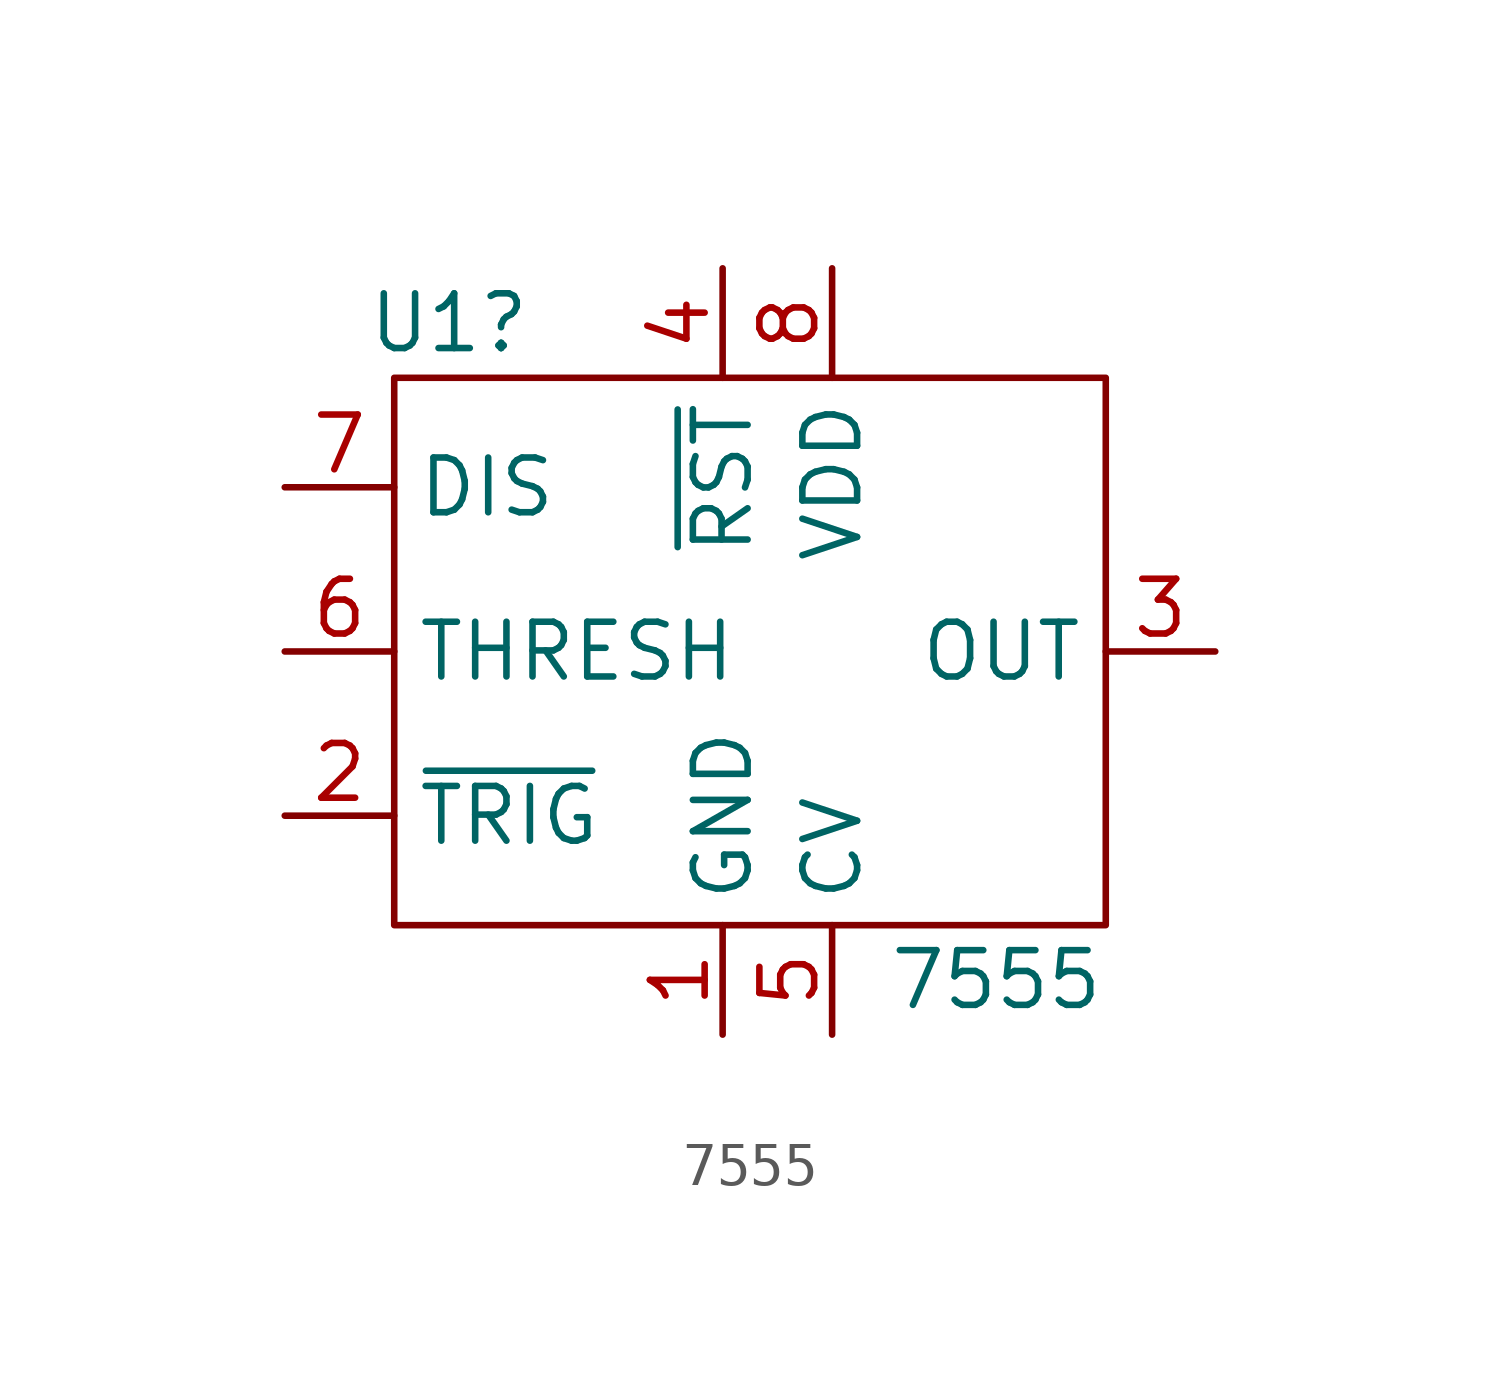
<source format=kicad_sym>
(kicad_symbol_lib
  (version 20211014)
  (generator kicad_symbol_editor)
  (symbol "7555"
    (property "Reference" "U1"
      (at -6.35 5.08 0)
      (effects (font (size 1.27 1.27))))
    (property "Value" "7555"
      (at 6.35 -10.16 0)
      (effects (font (size 1.27 1.27))))
    (symbol "7555_0_1"
      (rectangle (start -7.62 3.81) (end 8.89 -8.89) (stroke (width 0) (type default) (color 0 0 0 0)) (fill (type none))))
    (symbol "7555_1_1"
      (pin input line (at 0 -11.43 90) (length 2.54) (name "GND" (effects (font (size 1.27 1.27)))) (number "1" (effects (font (size 1.27 1.27)))))
      (pin input line (at -10.16 -6.35 0) (length 2.54) (name "~{TRIG}" (effects (font (size 1.27 1.27)))) (number "2" (effects (font (size 1.27 1.27)))))
      (pin output line (at 11.43 -2.54 180) (length 2.54) (name "OUT" (effects (font (size 1.27 1.27)))) (number "3" (effects (font (size 1.27 1.27)))))
      (pin input line (at 0 6.35 270) (length 2.54) (name "~{RST}" (effects (font (size 1.27 1.27)))) (number "4" (effects (font (size 1.27 1.27)))))
      (pin input line (at 2.54 -11.43 90) (length 2.54) (name "CV" (effects (font (size 1.27 1.27)))) (number "5" (effects (font (size 1.27 1.27)))))
      (pin input line (at -10.16 -2.54 0) (length 2.54) (name "THRESH" (effects (font (size 1.27 1.27)))) (number "6" (effects (font (size 1.27 1.27)))))
      (pin input line (at -10.16 1.27 0) (length 2.54) (name "DIS" (effects (font (size 1.27 1.27)))) (number "7" (effects (font (size 1.27 1.27)))))
      (pin input line (at 2.54 6.35 270) (length 2.54) (name "VDD" (effects (font (size 1.27 1.27)))) (number "8" (effects (font (size 1.27 1.27))))))))
</source>
